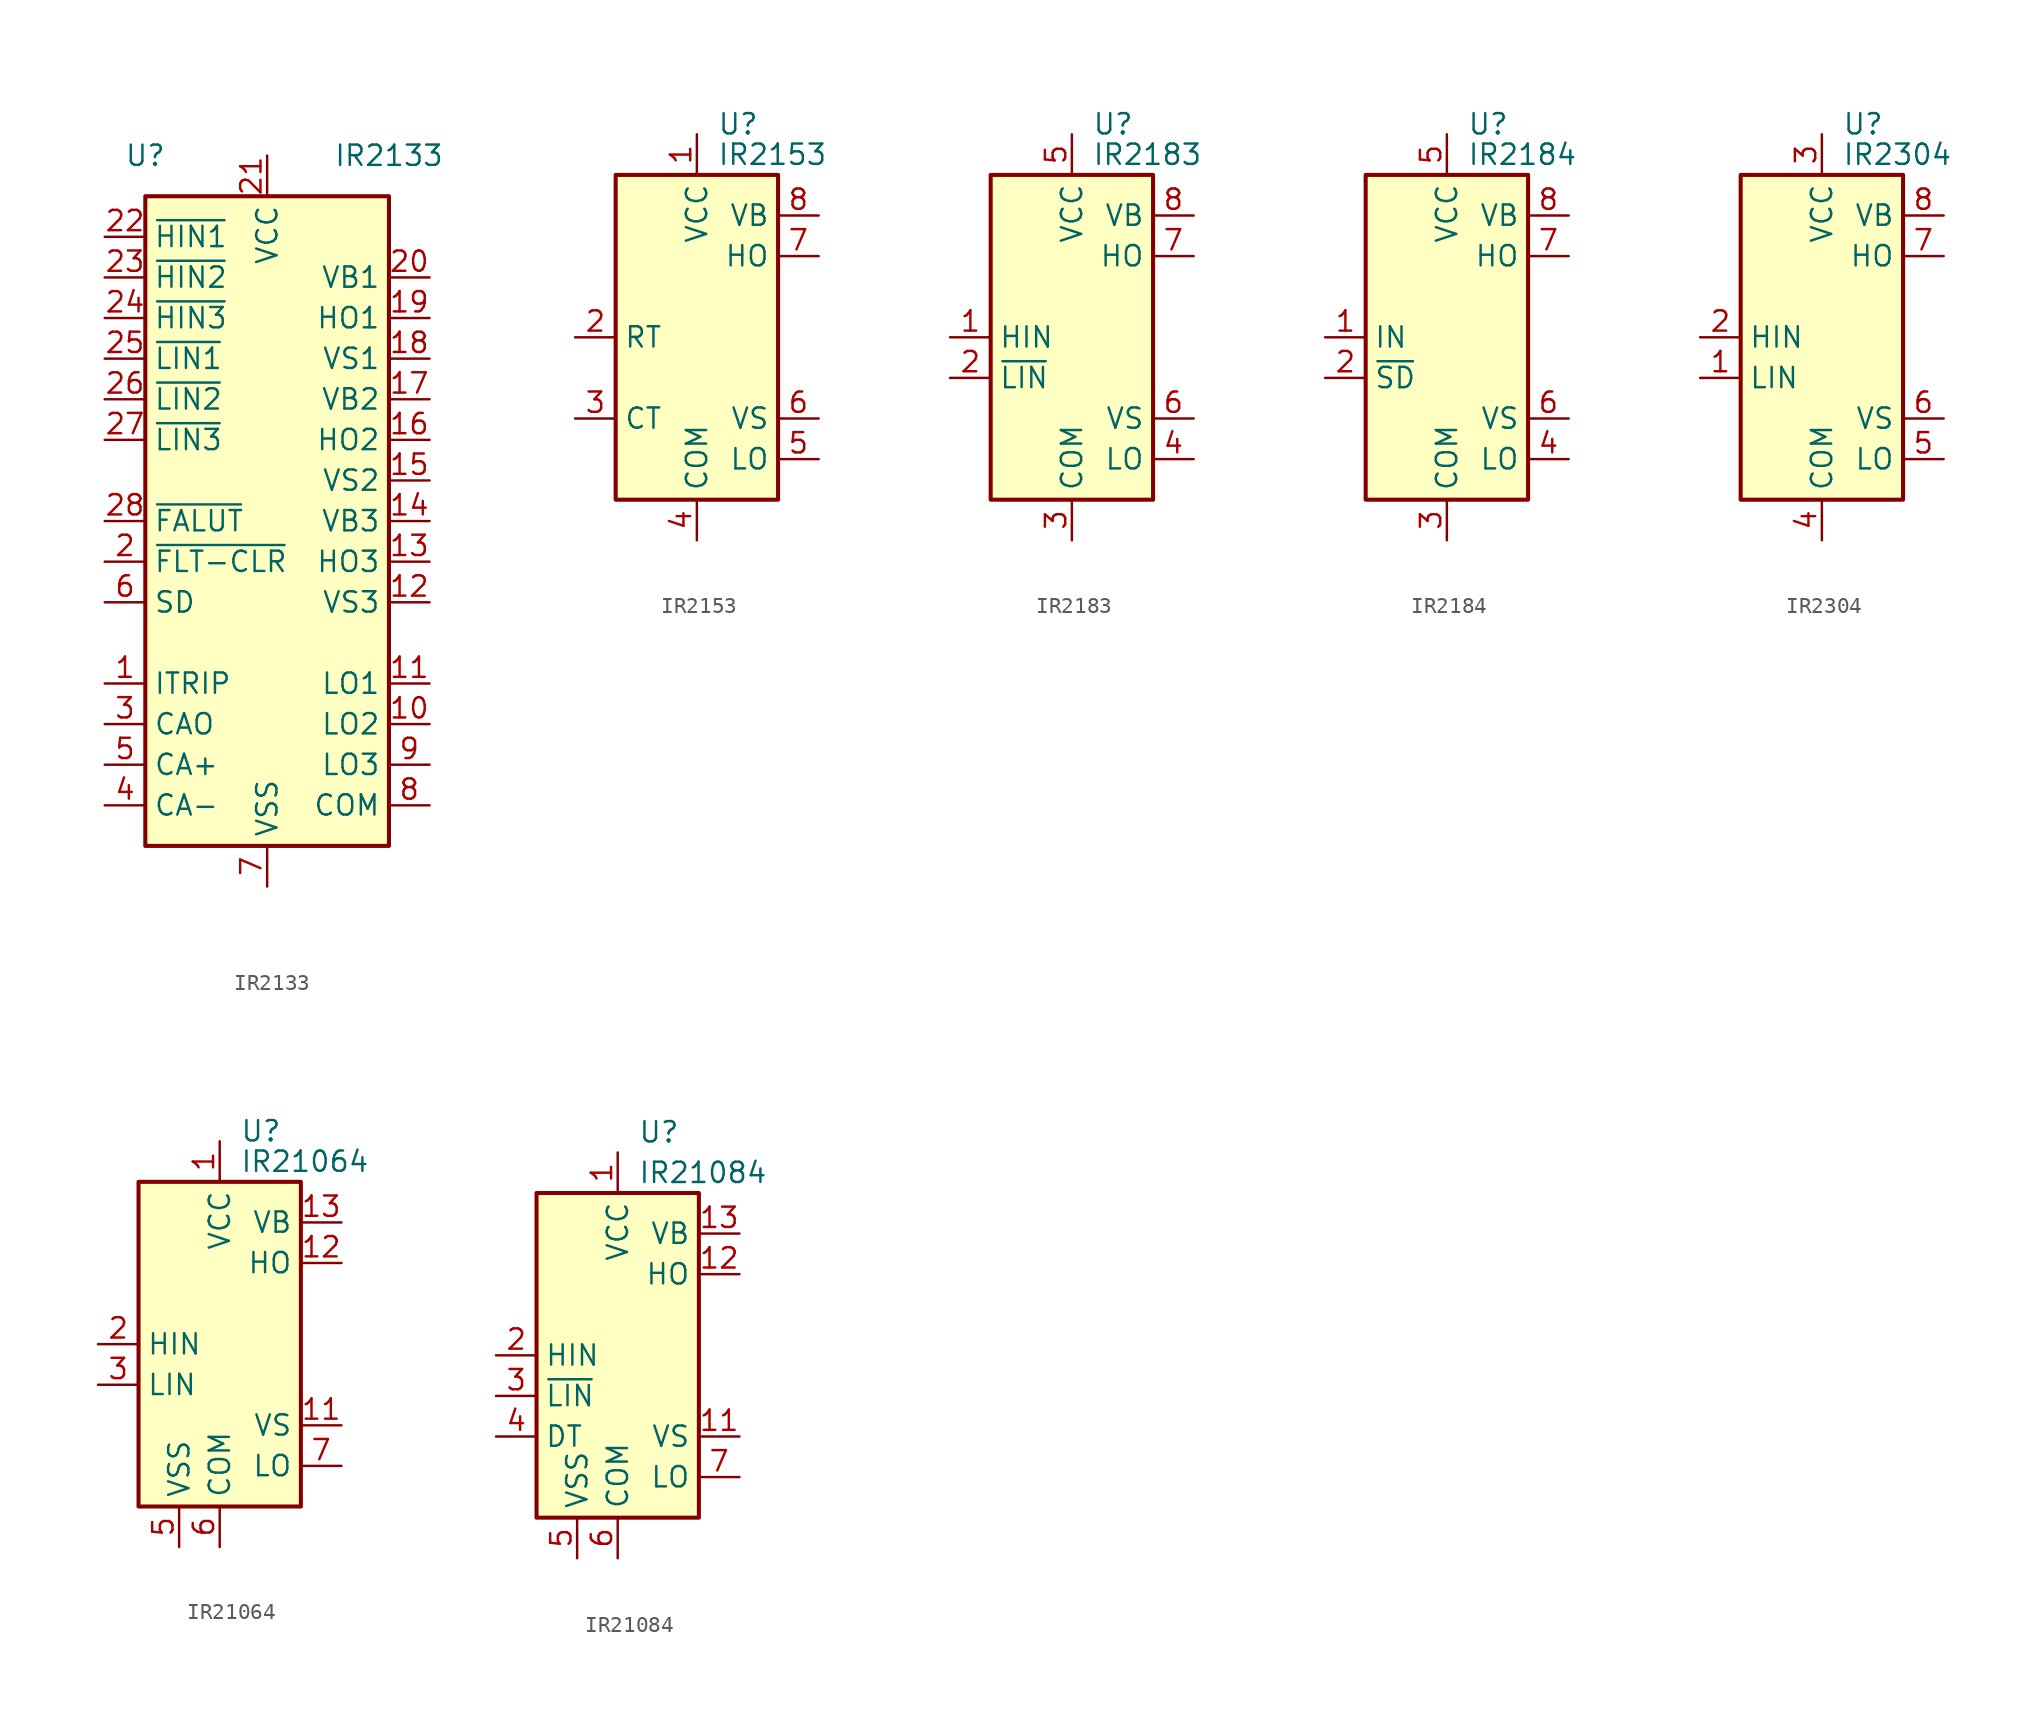
<source format=kicad_sym>
(kicad_symbol_lib
  (version 20220914)
  (generator kicad_symbol_editor)
  (symbol "IR2133"
    (property "Reference" "U"
      (at -7.62 22.86 0)
      (effects (font (size 1.27 1.27))))
    (property "Value" "IR2133"
      (at 7.62 22.86 0)
      (effects (font (size 1.27 1.27))))
    (symbol "IR2133_0_1"
      (rectangle (start -7.62 -20.32) (end 7.62 20.32) (stroke (width 0.254) (type default)) (fill (type background))))
    (symbol "IR2133_1_1"
      (pin input line (at -10.16 -10.16 0) (length 2.54) (name "ITRIP" (effects (font (size 1.27 1.27)))) (number "1" (effects (font (size 1.27 1.27)))))
      (pin output line (at 10.16 -12.7 180) (length 2.54) (name "LO2" (effects (font (size 1.27 1.27)))) (number "10" (effects (font (size 1.27 1.27)))))
      (pin output line (at 10.16 -10.16 180) (length 2.54) (name "LO1" (effects (font (size 1.27 1.27)))) (number "11" (effects (font (size 1.27 1.27)))))
      (pin passive line (at 10.16 -5.08 180) (length 2.54) (name "VS3" (effects (font (size 1.27 1.27)))) (number "12" (effects (font (size 1.27 1.27)))))
      (pin output line (at 10.16 -2.54 180) (length 2.54) (name "HO3" (effects (font (size 1.27 1.27)))) (number "13" (effects (font (size 1.27 1.27)))))
      (pin passive line (at 10.16 0 180) (length 2.54) (name "VB3" (effects (font (size 1.27 1.27)))) (number "14" (effects (font (size 1.27 1.27)))))
      (pin passive line (at 10.16 2.54 180) (length 2.54) (name "VS2" (effects (font (size 1.27 1.27)))) (number "15" (effects (font (size 1.27 1.27)))))
      (pin output line (at 10.16 5.08 180) (length 2.54) (name "HO2" (effects (font (size 1.27 1.27)))) (number "16" (effects (font (size 1.27 1.27)))))
      (pin passive line (at 10.16 7.62 180) (length 2.54) (name "VB2" (effects (font (size 1.27 1.27)))) (number "17" (effects (font (size 1.27 1.27)))))
      (pin passive line (at 10.16 10.16 180) (length 2.54) (name "VS1" (effects (font (size 1.27 1.27)))) (number "18" (effects (font (size 1.27 1.27)))))
      (pin output line (at 10.16 12.7 180) (length 2.54) (name "HO1" (effects (font (size 1.27 1.27)))) (number "19" (effects (font (size 1.27 1.27)))))
      (pin input line (at -10.16 -2.54 0) (length 2.54) (name "~{FLT-CLR}" (effects (font (size 1.27 1.27)))) (number "2" (effects (font (size 1.27 1.27)))))
      (pin passive line (at 10.16 15.24 180) (length 2.54) (name "VB1" (effects (font (size 1.27 1.27)))) (number "20" (effects (font (size 1.27 1.27)))))
      (pin power_in line (at 0 22.86 270) (length 2.54) (name "VCC" (effects (font (size 1.27 1.27)))) (number "21" (effects (font (size 1.27 1.27)))))
      (pin input line (at -10.16 17.78 0) (length 2.54) (name "~{HIN1}" (effects (font (size 1.27 1.27)))) (number "22" (effects (font (size 1.27 1.27)))))
      (pin input line (at -10.16 15.24 0) (length 2.54) (name "~{HIN2}" (effects (font (size 1.27 1.27)))) (number "23" (effects (font (size 1.27 1.27)))))
      (pin input line (at -10.16 12.7 0) (length 2.54) (name "~{HIN3}" (effects (font (size 1.27 1.27)))) (number "24" (effects (font (size 1.27 1.27)))))
      (pin input line (at -10.16 10.16 0) (length 2.54) (name "~{LIN1}" (effects (font (size 1.27 1.27)))) (number "25" (effects (font (size 1.27 1.27)))))
      (pin input line (at -10.16 7.62 0) (length 2.54) (name "~{LIN2}" (effects (font (size 1.27 1.27)))) (number "26" (effects (font (size 1.27 1.27)))))
      (pin input line (at -10.16 5.08 0) (length 2.54) (name "~{LIN3}" (effects (font (size 1.27 1.27)))) (number "27" (effects (font (size 1.27 1.27)))))
      (pin output line (at -10.16 0 0) (length 2.54) (name "~{FALUT}" (effects (font (size 1.27 1.27)))) (number "28" (effects (font (size 1.27 1.27)))))
      (pin output line (at -10.16 -12.7 0) (length 2.54) (name "CAO" (effects (font (size 1.27 1.27)))) (number "3" (effects (font (size 1.27 1.27)))))
      (pin input line (at -10.16 -17.78 0) (length 2.54) (name "CA-" (effects (font (size 1.27 1.27)))) (number "4" (effects (font (size 1.27 1.27)))))
      (pin input line (at -10.16 -15.24 0) (length 2.54) (name "CA+" (effects (font (size 1.27 1.27)))) (number "5" (effects (font (size 1.27 1.27)))))
      (pin input line (at -10.16 -5.08 0) (length 2.54) (name "SD" (effects (font (size 1.27 1.27)))) (number "6" (effects (font (size 1.27 1.27)))))
      (pin power_in line (at 0 -22.86 90) (length 2.54) (name "VSS" (effects (font (size 1.27 1.27)))) (number "7" (effects (font (size 1.27 1.27)))))
      (pin passive line (at 10.16 -17.78 180) (length 2.54) (name "COM" (effects (font (size 1.27 1.27)))) (number "8" (effects (font (size 1.27 1.27)))))
      (pin output line (at 10.16 -15.24 180) (length 2.54) (name "LO3" (effects (font (size 1.27 1.27)))) (number "9" (effects (font (size 1.27 1.27)))))))
  (symbol "IR2153"
    (property "Reference" "U"
      (at 1.27 13.335 0)
      (effects (font (size 1.27 1.27)) (justify left)))
    (property "Value" "IR2153"
      (at 1.27 11.43 0)
      (effects (font (size 1.27 1.27)) (justify left)))
    (symbol "IR2153_0_1"
      (rectangle (start -5.08 -10.16) (end 5.08 10.16) (stroke (width 0.254) (type default)) (fill (type background))))
    (symbol "IR2153_1_1"
      (pin power_in line (at 0 12.7 270) (length 2.54) (name "VCC" (effects (font (size 1.27 1.27)))) (number "1" (effects (font (size 1.27 1.27)))))
      (pin passive line (at -7.62 0 0) (length 2.54) (name "RT" (effects (font (size 1.27 1.27)))) (number "2" (effects (font (size 1.27 1.27)))))
      (pin passive line (at -7.62 -5.08 0) (length 2.54) (name "CT" (effects (font (size 1.27 1.27)))) (number "3" (effects (font (size 1.27 1.27)))))
      (pin power_in line (at 0 -12.7 90) (length 2.54) (name "COM" (effects (font (size 1.27 1.27)))) (number "4" (effects (font (size 1.27 1.27)))))
      (pin output line (at 7.62 -7.62 180) (length 2.54) (name "LO" (effects (font (size 1.27 1.27)))) (number "5" (effects (font (size 1.27 1.27)))))
      (pin passive line (at 7.62 -5.08 180) (length 2.54) (name "VS" (effects (font (size 1.27 1.27)))) (number "6" (effects (font (size 1.27 1.27)))))
      (pin output line (at 7.62 5.08 180) (length 2.54) (name "HO" (effects (font (size 1.27 1.27)))) (number "7" (effects (font (size 1.27 1.27)))))
      (pin passive line (at 7.62 7.62 180) (length 2.54) (name "VB" (effects (font (size 1.27 1.27)))) (number "8" (effects (font (size 1.27 1.27)))))))
  (symbol "IR2183"
    (property "Reference" "U"
      (at 1.27 13.335 0)
      (effects (font (size 1.27 1.27)) (justify left)))
    (property "Value" "IR2183"
      (at 1.27 11.43 0)
      (effects (font (size 1.27 1.27)) (justify left)))
    (symbol "IR2183_0_1"
      (rectangle (start -5.08 -10.16) (end 5.08 10.16) (stroke (width 0.254) (type default)) (fill (type background))))
    (symbol "IR2183_1_1"
      (pin input line (at -7.62 0 0) (length 2.54) (name "HIN" (effects (font (size 1.27 1.27)))) (number "1" (effects (font (size 1.27 1.27)))))
      (pin input line (at -7.62 -2.54 0) (length 2.54) (name "~{LIN}" (effects (font (size 1.27 1.27)))) (number "2" (effects (font (size 1.27 1.27)))))
      (pin power_in line (at 0 -12.7 90) (length 2.54) (name "COM" (effects (font (size 1.27 1.27)))) (number "3" (effects (font (size 1.27 1.27)))))
      (pin output line (at 7.62 -7.62 180) (length 2.54) (name "LO" (effects (font (size 1.27 1.27)))) (number "4" (effects (font (size 1.27 1.27)))))
      (pin power_in line (at 0 12.7 270) (length 2.54) (name "VCC" (effects (font (size 1.27 1.27)))) (number "5" (effects (font (size 1.27 1.27)))))
      (pin passive line (at 7.62 -5.08 180) (length 2.54) (name "VS" (effects (font (size 1.27 1.27)))) (number "6" (effects (font (size 1.27 1.27)))))
      (pin output line (at 7.62 5.08 180) (length 2.54) (name "HO" (effects (font (size 1.27 1.27)))) (number "7" (effects (font (size 1.27 1.27)))))
      (pin passive line (at 7.62 7.62 180) (length 2.54) (name "VB" (effects (font (size 1.27 1.27)))) (number "8" (effects (font (size 1.27 1.27)))))))
  (symbol "IR2184"
    (property "Reference" "U"
      (at 1.27 13.335 0)
      (effects (font (size 1.27 1.27)) (justify left)))
    (property "Value" "IR2184"
      (at 1.27 11.43 0)
      (effects (font (size 1.27 1.27)) (justify left)))
    (symbol "IR2184_0_1"
      (rectangle (start -5.08 -10.16) (end 5.08 10.16) (stroke (width 0.254) (type default)) (fill (type background))))
    (symbol "IR2184_1_1"
      (pin input line (at -7.62 0 0) (length 2.54) (name "IN" (effects (font (size 1.27 1.27)))) (number "1" (effects (font (size 1.27 1.27)))))
      (pin input line (at -7.62 -2.54 0) (length 2.54) (name "~{SD}" (effects (font (size 1.27 1.27)))) (number "2" (effects (font (size 1.27 1.27)))))
      (pin power_in line (at 0 -12.7 90) (length 2.54) (name "COM" (effects (font (size 1.27 1.27)))) (number "3" (effects (font (size 1.27 1.27)))))
      (pin output line (at 7.62 -7.62 180) (length 2.54) (name "LO" (effects (font (size 1.27 1.27)))) (number "4" (effects (font (size 1.27 1.27)))))
      (pin power_in line (at 0 12.7 270) (length 2.54) (name "VCC" (effects (font (size 1.27 1.27)))) (number "5" (effects (font (size 1.27 1.27)))))
      (pin passive line (at 7.62 -5.08 180) (length 2.54) (name "VS" (effects (font (size 1.27 1.27)))) (number "6" (effects (font (size 1.27 1.27)))))
      (pin output line (at 7.62 5.08 180) (length 2.54) (name "HO" (effects (font (size 1.27 1.27)))) (number "7" (effects (font (size 1.27 1.27)))))
      (pin passive line (at 7.62 7.62 180) (length 2.54) (name "VB" (effects (font (size 1.27 1.27)))) (number "8" (effects (font (size 1.27 1.27)))))))
  (symbol "IR2304"
    (property "Reference" "U"
      (at 1.27 13.335 0)
      (effects (font (size 1.27 1.27)) (justify left)))
    (property "Value" "IR2304"
      (at 1.27 11.43 0)
      (effects (font (size 1.27 1.27)) (justify left)))
    (symbol "IR2304_0_1"
      (rectangle (start -5.08 -10.16) (end 5.08 10.16) (stroke (width 0.254) (type default)) (fill (type background))))
    (symbol "IR2304_1_1"
      (pin input line (at -7.62 -2.54 0) (length 2.54) (name "LIN" (effects (font (size 1.27 1.27)))) (number "1" (effects (font (size 1.27 1.27)))))
      (pin input line (at -7.62 0 0) (length 2.54) (name "HIN" (effects (font (size 1.27 1.27)))) (number "2" (effects (font (size 1.27 1.27)))))
      (pin power_in line (at 0 12.7 270) (length 2.54) (name "VCC" (effects (font (size 1.27 1.27)))) (number "3" (effects (font (size 1.27 1.27)))))
      (pin power_in line (at 0 -12.7 90) (length 2.54) (name "COM" (effects (font (size 1.27 1.27)))) (number "4" (effects (font (size 1.27 1.27)))))
      (pin output line (at 7.62 -7.62 180) (length 2.54) (name "LO" (effects (font (size 1.27 1.27)))) (number "5" (effects (font (size 1.27 1.27)))))
      (pin passive line (at 7.62 -5.08 180) (length 2.54) (name "VS" (effects (font (size 1.27 1.27)))) (number "6" (effects (font (size 1.27 1.27)))))
      (pin output line (at 7.62 5.08 180) (length 2.54) (name "HO" (effects (font (size 1.27 1.27)))) (number "7" (effects (font (size 1.27 1.27)))))
      (pin passive line (at 7.62 7.62 180) (length 2.54) (name "VB" (effects (font (size 1.27 1.27)))) (number "8" (effects (font (size 1.27 1.27)))))))
  (symbol "IR21064"
    (property "Reference" "U"
      (at 1.27 13.335 0)
      (effects (font (size 1.27 1.27)) (justify left)))
    (property "Value" "IR21064"
      (at 1.27 11.43 0)
      (effects (font (size 1.27 1.27)) (justify left)))
    (symbol "IR21064_0_1"
      (rectangle (start -5.08 -10.16) (end 5.08 10.16) (stroke (width 0.254) (type default)) (fill (type background))))
    (symbol "IR21064_1_1"
      (pin power_in line (at 0 12.7 270) (length 2.54) (name "VCC" (effects (font (size 1.27 1.27)))) (number "1" (effects (font (size 1.27 1.27)))))
      (pin no_connect line (at 5.08 2.54 180) (length 2.54) hide (name "NC" (effects (font (size 1.27 1.27)))) (number "10" (effects (font (size 1.27 1.27)))))
      (pin passive line (at 7.62 -5.08 180) (length 2.54) (name "VS" (effects (font (size 1.27 1.27)))) (number "11" (effects (font (size 1.27 1.27)))))
      (pin output line (at 7.62 5.08 180) (length 2.54) (name "HO" (effects (font (size 1.27 1.27)))) (number "12" (effects (font (size 1.27 1.27)))))
      (pin passive line (at 7.62 7.62 180) (length 2.54) (name "VB" (effects (font (size 1.27 1.27)))) (number "13" (effects (font (size 1.27 1.27)))))
      (pin no_connect line (at 5.08 0 180) (length 2.54) hide (name "NC" (effects (font (size 1.27 1.27)))) (number "14" (effects (font (size 1.27 1.27)))))
      (pin input line (at -7.62 0 0) (length 2.54) (name "HIN" (effects (font (size 1.27 1.27)))) (number "2" (effects (font (size 1.27 1.27)))))
      (pin input line (at -7.62 -2.54 0) (length 2.54) (name "LIN" (effects (font (size 1.27 1.27)))) (number "3" (effects (font (size 1.27 1.27)))))
      (pin no_connect line (at -5.08 7.62 0) (length 2.54) hide (name "NC" (effects (font (size 1.27 1.27)))) (number "4" (effects (font (size 1.27 1.27)))))
      (pin power_in line (at -2.54 -12.7 90) (length 2.54) (name "VSS" (effects (font (size 1.27 1.27)))) (number "5" (effects (font (size 1.27 1.27)))))
      (pin power_in line (at 0 -12.7 90) (length 2.54) (name "COM" (effects (font (size 1.27 1.27)))) (number "6" (effects (font (size 1.27 1.27)))))
      (pin output line (at 7.62 -7.62 180) (length 2.54) (name "LO" (effects (font (size 1.27 1.27)))) (number "7" (effects (font (size 1.27 1.27)))))
      (pin no_connect line (at -5.08 5.08 0) (length 2.54) hide (name "NC" (effects (font (size 1.27 1.27)))) (number "8" (effects (font (size 1.27 1.27)))))
      (pin no_connect line (at -5.08 2.54 0) (length 2.54) hide (name "NC" (effects (font (size 1.27 1.27)))) (number "9" (effects (font (size 1.27 1.27)))))))
  (symbol "IR21084"
    (property "Reference" "U"
      (at 1.27 13.97 0)
      (effects (font (size 1.27 1.27)) (justify left)))
    (property "Value" "IR21084"
      (at 1.27 11.43 0)
      (effects (font (size 1.27 1.27)) (justify left)))
    (symbol "IR21084_0_1"
      (rectangle (start -5.08 -10.16) (end 5.08 10.16) (stroke (width 0.254) (type default)) (fill (type background))))
    (symbol "IR21084_1_1"
      (pin power_in line (at 0 12.7 270) (length 2.54) (name "VCC" (effects (font (size 1.27 1.27)))) (number "1" (effects (font (size 1.27 1.27)))))
      (pin no_connect line (at -5.08 2.54 0) (length 2.54) hide (name "NC" (effects (font (size 1.27 1.27)))) (number "10" (effects (font (size 1.27 1.27)))))
      (pin passive line (at 7.62 -5.08 180) (length 2.54) (name "VS" (effects (font (size 1.27 1.27)))) (number "11" (effects (font (size 1.27 1.27)))))
      (pin output line (at 7.62 5.08 180) (length 2.54) (name "HO" (effects (font (size 1.27 1.27)))) (number "12" (effects (font (size 1.27 1.27)))))
      (pin passive line (at 7.62 7.62 180) (length 2.54) (name "VB" (effects (font (size 1.27 1.27)))) (number "13" (effects (font (size 1.27 1.27)))))
      (pin no_connect line (at 5.08 2.54 180) (length 2.54) hide (name "NC" (effects (font (size 1.27 1.27)))) (number "14" (effects (font (size 1.27 1.27)))))
      (pin input line (at -7.62 0 0) (length 2.54) (name "HIN" (effects (font (size 1.27 1.27)))) (number "2" (effects (font (size 1.27 1.27)))))
      (pin input line (at -7.62 -2.54 0) (length 2.54) (name "~{LIN}" (effects (font (size 1.27 1.27)))) (number "3" (effects (font (size 1.27 1.27)))))
      (pin input line (at -7.62 -5.08 0) (length 2.54) (name "DT" (effects (font (size 1.27 1.27)))) (number "4" (effects (font (size 1.27 1.27)))))
      (pin power_in line (at -2.54 -12.7 90) (length 2.54) (name "VSS" (effects (font (size 1.27 1.27)))) (number "5" (effects (font (size 1.27 1.27)))))
      (pin power_in line (at 0 -12.7 90) (length 2.54) (name "COM" (effects (font (size 1.27 1.27)))) (number "6" (effects (font (size 1.27 1.27)))))
      (pin output line (at 7.62 -7.62 180) (length 2.54) (name "LO" (effects (font (size 1.27 1.27)))) (number "7" (effects (font (size 1.27 1.27)))))
      (pin no_connect line (at -5.08 7.62 0) (length 2.54) hide (name "NC" (effects (font (size 1.27 1.27)))) (number "8" (effects (font (size 1.27 1.27)))))
      (pin no_connect line (at -5.08 5.08 0) (length 2.54) hide (name "NC" (effects (font (size 1.27 1.27)))) (number "9" (effects (font (size 1.27 1.27))))))))
</source>
